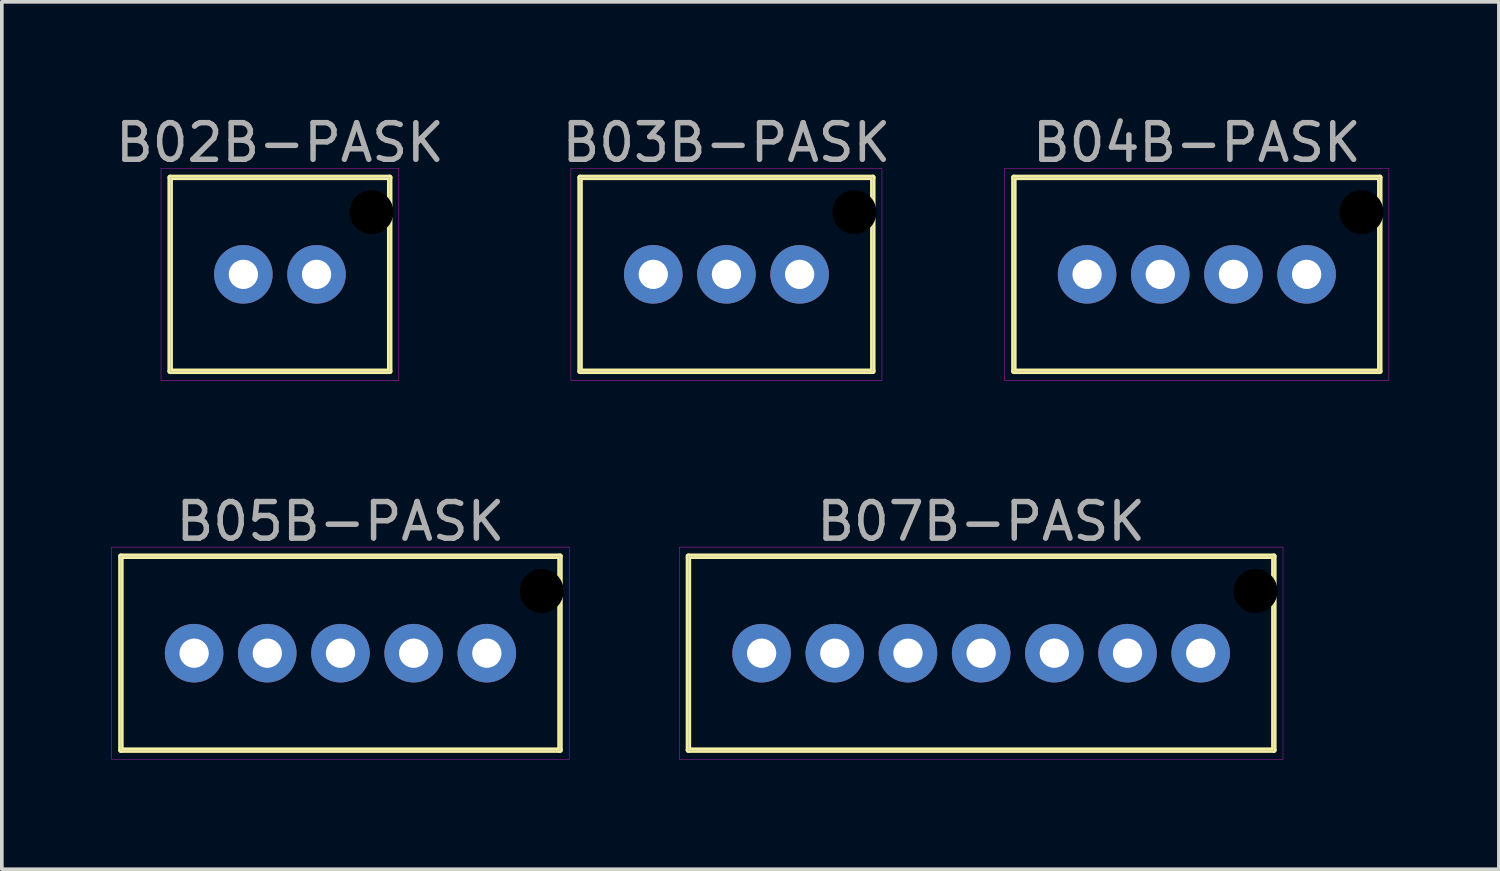
<source format=kicad_pcb>
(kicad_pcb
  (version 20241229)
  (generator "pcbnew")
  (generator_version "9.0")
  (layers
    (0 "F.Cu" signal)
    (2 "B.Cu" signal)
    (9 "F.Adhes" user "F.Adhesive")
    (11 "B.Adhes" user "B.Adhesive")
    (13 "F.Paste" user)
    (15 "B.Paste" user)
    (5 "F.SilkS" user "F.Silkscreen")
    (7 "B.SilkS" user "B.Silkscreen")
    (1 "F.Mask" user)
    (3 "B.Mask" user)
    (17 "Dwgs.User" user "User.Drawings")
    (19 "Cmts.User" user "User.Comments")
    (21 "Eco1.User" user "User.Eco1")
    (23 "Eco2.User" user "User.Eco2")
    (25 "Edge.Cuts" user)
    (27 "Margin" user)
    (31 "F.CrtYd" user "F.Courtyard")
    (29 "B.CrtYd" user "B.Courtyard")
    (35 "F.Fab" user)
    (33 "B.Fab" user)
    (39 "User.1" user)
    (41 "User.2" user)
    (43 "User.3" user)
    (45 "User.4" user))
  (footprint "B04B-PASK"
    (layer "F.Cu")
    (at 29.66 4.448)
    (property "Reference" "B04B-PASK" (at 0 -3.6 0) (layer "F.Fab") (effects (font (size 1 1) (thickness 0.15))))
    (attr through_hole)
    (fp_line (start -5 -2.65) (end 5 -2.65) (stroke (width 0.15) (type solid)) (layer "F.SilkS"))
    (fp_line (start -5 2.65) (end -5 -2.65) (stroke (width 0.15) (type solid)) (layer "F.SilkS"))
    (fp_line (start 5 -2.65) (end 5 2.65) (stroke (width 0.15) (type solid)) (layer "F.SilkS"))
    (fp_line (start 5 2.65) (end -5 2.65) (stroke (width 0.15) (type solid)) (layer "F.SilkS"))
    (fp_line (start -5.25 -2.9) (end 5.25 -2.9) (stroke (width 0.01) (type solid)) (layer "F.CrtYd"))
    (fp_line (start -5.25 2.9) (end -5.25 -2.9) (stroke (width 0.01) (type solid)) (layer "F.CrtYd"))
    (fp_line (start 5.25 -2.9) (end 5.25 2.9) (stroke (width 0.01) (type solid)) (layer "F.CrtYd"))
    (fp_line (start 5.25 2.9) (end -5.25 2.9) (stroke (width 0.01) (type solid)) (layer "F.CrtYd"))
    (fp_line (start -5 -2.65) (end 5 -2.65) (stroke (width 0.01) (type solid)) (layer "F.Fab"))
    (fp_line (start -5 2.65) (end -5 -2.65) (stroke (width 0.01) (type solid)) (layer "F.Fab"))
    (fp_line (start -3.25 -0.25) (end -2.75 -0.25) (stroke (width 0.01) (type solid)) (layer "F.Fab"))
    (fp_line (start -3.25 0.25) (end -3.25 -0.25) (stroke (width 0.01) (type solid)) (layer "F.Fab"))
    (fp_line (start -2.75 -0.25) (end -2.75 0.25) (stroke (width 0.01) (type solid)) (layer "F.Fab"))
    (fp_line (start -2.75 0.25) (end -3.25 0.25) (stroke (width 0.01) (type solid)) (layer "F.Fab"))
    (fp_line (start -1.25 -0.25) (end -0.75 -0.25) (stroke (width 0.01) (type solid)) (layer "F.Fab"))
    (fp_line (start -1.25 0.25) (end -1.25 -0.25) (stroke (width 0.01) (type solid)) (layer "F.Fab"))
    (fp_line (start -0.75 -0.25) (end -0.75 0.25) (stroke (width 0.01) (type solid)) (layer "F.Fab"))
    (fp_line (start -0.75 0.25) (end -1.25 0.25) (stroke (width 0.01) (type solid)) (layer "F.Fab"))
    (fp_line (start 0.75 -0.25) (end 1.25 -0.25) (stroke (width 0.01) (type solid)) (layer "F.Fab"))
    (fp_line (start 0.75 0.25) (end 0.75 -0.25) (stroke (width 0.01) (type solid)) (layer "F.Fab"))
    (fp_line (start 1.25 -0.25) (end 1.25 0.25) (stroke (width 0.01) (type solid)) (layer "F.Fab"))
    (fp_line (start 1.25 0.25) (end 0.75 0.25) (stroke (width 0.01) (type solid)) (layer "F.Fab"))
    (fp_line (start 2.75 -0.25) (end 3.25 -0.25) (stroke (width 0.01) (type solid)) (layer "F.Fab"))
    (fp_line (start 2.75 0.25) (end 2.75 -0.25) (stroke (width 0.01) (type solid)) (layer "F.Fab"))
    (fp_line (start 3.25 -0.25) (end 3.25 0.25) (stroke (width 0.01) (type solid)) (layer "F.Fab"))
    (fp_line (start 3.25 0.25) (end 2.75 0.25) (stroke (width 0.01) (type solid)) (layer "F.Fab"))
    (fp_line (start 4.1 -2.1) (end 4.9 -2.1) (stroke (width 0.01) (type solid)) (layer "F.Fab"))
    (fp_line (start 4.1 -1.3) (end 4.1 -2.1) (stroke (width 0.01) (type solid)) (layer "F.Fab"))
    (fp_line (start 4.9 -2.1) (end 4.9 -1.3) (stroke (width 0.01) (type solid)) (layer "F.Fab"))
    (fp_line (start 4.9 -1.3) (end 4.1 -1.3) (stroke (width 0.01) (type solid)) (layer "F.Fab"))
    (fp_line (start 5 -2.65) (end 5 2.65) (stroke (width 0.01) (type solid)) (layer "F.Fab"))
    (fp_line (start 5 2.65) (end -5 2.65) (stroke (width 0.01) (type solid)) (layer "F.Fab"))
    (pad "" np_thru_hole circle (at 4.5 -1.7) (size 1.2 1.2) (drill 1.2) (layers "*.Mask"))
    (pad "1" thru_hole circle (at 3 0) (size 1.6 1.6) (drill 0.8) (layers "*.Cu" "*.Mask"))
    (pad "2" thru_hole circle (at 1 0) (size 1.6 1.6) (drill 0.8) (layers "*.Cu" "*.Mask"))
    (pad "3" thru_hole circle (at -1 0) (size 1.6 1.6) (drill 0.8) (layers "*.Cu" "*.Mask"))
    (pad "4" thru_hole circle (at -3 0) (size 1.6 1.6) (drill 0.8) (layers "*.Cu" "*.Mask")))
  (footprint "B03B-PASK"
    (layer "F.Cu")
    (at 16.804 4.448)
    (property "Reference" "B03B-PASK" (at 0 -3.6 0) (layer "F.Fab") (effects (font (size 1 1) (thickness 0.15))))
    (attr through_hole)
    (fp_line (start -4 -2.65) (end 4 -2.65) (stroke (width 0.15) (type solid)) (layer "F.SilkS"))
    (fp_line (start -4 2.65) (end -4 -2.65) (stroke (width 0.15) (type solid)) (layer "F.SilkS"))
    (fp_line (start 4 -2.65) (end 4 2.65) (stroke (width 0.15) (type solid)) (layer "F.SilkS"))
    (fp_line (start 4 2.65) (end -4 2.65) (stroke (width 0.15) (type solid)) (layer "F.SilkS"))
    (fp_line (start -4.25 -2.9) (end 4.25 -2.9) (stroke (width 0.01) (type solid)) (layer "F.CrtYd"))
    (fp_line (start -4.25 2.9) (end -4.25 -2.9) (stroke (width 0.01) (type solid)) (layer "F.CrtYd"))
    (fp_line (start 4.25 -2.9) (end 4.25 2.9) (stroke (width 0.01) (type solid)) (layer "F.CrtYd"))
    (fp_line (start 4.25 2.9) (end -4.25 2.9) (stroke (width 0.01) (type solid)) (layer "F.CrtYd"))
    (fp_line (start -4 -2.65) (end 4 -2.65) (stroke (width 0.01) (type solid)) (layer "F.Fab"))
    (fp_line (start -4 2.65) (end -4 -2.65) (stroke (width 0.01) (type solid)) (layer "F.Fab"))
    (fp_line (start -2.25 -0.25) (end -1.75 -0.25) (stroke (width 0.01) (type solid)) (layer "F.Fab"))
    (fp_line (start -2.25 0.25) (end -2.25 -0.25) (stroke (width 0.01) (type solid)) (layer "F.Fab"))
    (fp_line (start -1.75 -0.25) (end -1.75 0.25) (stroke (width 0.01) (type solid)) (layer "F.Fab"))
    (fp_line (start -1.75 0.25) (end -2.25 0.25) (stroke (width 0.01) (type solid)) (layer "F.Fab"))
    (fp_line (start -0.25 -0.25) (end 0.25 -0.25) (stroke (width 0.01) (type solid)) (layer "F.Fab"))
    (fp_line (start -0.25 0.25) (end -0.25 -0.25) (stroke (width 0.01) (type solid)) (layer "F.Fab"))
    (fp_line (start 0.25 -0.25) (end 0.25 0.25) (stroke (width 0.01) (type solid)) (layer "F.Fab"))
    (fp_line (start 0.25 0.25) (end -0.25 0.25) (stroke (width 0.01) (type solid)) (layer "F.Fab"))
    (fp_line (start 1.75 -0.25) (end 2.25 -0.25) (stroke (width 0.01) (type solid)) (layer "F.Fab"))
    (fp_line (start 1.75 0.25) (end 1.75 -0.25) (stroke (width 0.01) (type solid)) (layer "F.Fab"))
    (fp_line (start 2.25 -0.25) (end 2.25 0.25) (stroke (width 0.01) (type solid)) (layer "F.Fab"))
    (fp_line (start 2.25 0.25) (end 1.75 0.25) (stroke (width 0.01) (type solid)) (layer "F.Fab"))
    (fp_line (start 3.1 -2.1) (end 3.9 -2.1) (stroke (width 0.01) (type solid)) (layer "F.Fab"))
    (fp_line (start 3.1 -1.3) (end 3.1 -2.1) (stroke (width 0.01) (type solid)) (layer "F.Fab"))
    (fp_line (start 3.9 -2.1) (end 3.9 -1.3) (stroke (width 0.01) (type solid)) (layer "F.Fab"))
    (fp_line (start 3.9 -1.3) (end 3.1 -1.3) (stroke (width 0.01) (type solid)) (layer "F.Fab"))
    (fp_line (start 4 -2.65) (end 4 2.65) (stroke (width 0.01) (type solid)) (layer "F.Fab"))
    (fp_line (start 4 2.65) (end -4 2.65) (stroke (width 0.01) (type solid)) (layer "F.Fab"))
    (pad "" np_thru_hole circle (at 3.5 -1.7) (size 1.2 1.2) (drill 1.2) (layers "*.Mask"))
    (pad "1" thru_hole circle (at 2 0) (size 1.6 1.6) (drill 0.8) (layers "*.Cu" "*.Mask"))
    (pad "2" thru_hole circle (at 0 0) (size 1.6 1.6) (drill 0.8) (layers "*.Cu" "*.Mask"))
    (pad "3" thru_hole circle (at -2 0) (size 1.6 1.6) (drill 0.8) (layers "*.Cu" "*.Mask")))
  (footprint "B05B-PASK"
    (layer "F.Cu")
    (at 6.255 14.802)
    (property "Reference" "B05B-PASK" (at 0 -3.6 0) (layer "F.Fab") (effects (font (size 1 1) (thickness 0.15))))
    (attr through_hole)
    (fp_line (start -6 -2.65) (end 6 -2.65) (stroke (width 0.15) (type solid)) (layer "F.SilkS"))
    (fp_line (start -6 2.65) (end -6 -2.65) (stroke (width 0.15) (type solid)) (layer "F.SilkS"))
    (fp_line (start 6 -2.65) (end 6 2.65) (stroke (width 0.15) (type solid)) (layer "F.SilkS"))
    (fp_line (start 6 2.65) (end -6 2.65) (stroke (width 0.15) (type solid)) (layer "F.SilkS"))
    (fp_line (start -6.25 -2.9) (end 6.25 -2.9) (stroke (width 0.01) (type solid)) (layer "F.CrtYd"))
    (fp_line (start -6.25 2.9) (end -6.25 -2.9) (stroke (width 0.01) (type solid)) (layer "F.CrtYd"))
    (fp_line (start 6.25 -2.9) (end 6.25 2.9) (stroke (width 0.01) (type solid)) (layer "F.CrtYd"))
    (fp_line (start 6.25 2.9) (end -6.25 2.9) (stroke (width 0.01) (type solid)) (layer "F.CrtYd"))
    (fp_line (start -6 -2.65) (end 6 -2.65) (stroke (width 0.01) (type solid)) (layer "F.Fab"))
    (fp_line (start -6 2.65) (end -6 -2.65) (stroke (width 0.01) (type solid)) (layer "F.Fab"))
    (fp_line (start -4.25 -0.25) (end -3.75 -0.25) (stroke (width 0.01) (type solid)) (layer "F.Fab"))
    (fp_line (start -4.25 0.25) (end -4.25 -0.25) (stroke (width 0.01) (type solid)) (layer "F.Fab"))
    (fp_line (start -3.75 -0.25) (end -3.75 0.25) (stroke (width 0.01) (type solid)) (layer "F.Fab"))
    (fp_line (start -3.75 0.25) (end -4.25 0.25) (stroke (width 0.01) (type solid)) (layer "F.Fab"))
    (fp_line (start -2.25 -0.25) (end -1.75 -0.25) (stroke (width 0.01) (type solid)) (layer "F.Fab"))
    (fp_line (start -2.25 0.25) (end -2.25 -0.25) (stroke (width 0.01) (type solid)) (layer "F.Fab"))
    (fp_line (start -1.75 -0.25) (end -1.75 0.25) (stroke (width 0.01) (type solid)) (layer "F.Fab"))
    (fp_line (start -1.75 0.25) (end -2.25 0.25) (stroke (width 0.01) (type solid)) (layer "F.Fab"))
    (fp_line (start -0.25 -0.25) (end 0.25 -0.25) (stroke (width 0.01) (type solid)) (layer "F.Fab"))
    (fp_line (start -0.25 0.25) (end -0.25 -0.25) (stroke (width 0.01) (type solid)) (layer "F.Fab"))
    (fp_line (start 0.25 -0.25) (end 0.25 0.25) (stroke (width 0.01) (type solid)) (layer "F.Fab"))
    (fp_line (start 0.25 0.25) (end -0.25 0.25) (stroke (width 0.01) (type solid)) (layer "F.Fab"))
    (fp_line (start 1.75 -0.25) (end 2.25 -0.25) (stroke (width 0.01) (type solid)) (layer "F.Fab"))
    (fp_line (start 1.75 0.25) (end 1.75 -0.25) (stroke (width 0.01) (type solid)) (layer "F.Fab"))
    (fp_line (start 2.25 -0.25) (end 2.25 0.25) (stroke (width 0.01) (type solid)) (layer "F.Fab"))
    (fp_line (start 2.25 0.25) (end 1.75 0.25) (stroke (width 0.01) (type solid)) (layer "F.Fab"))
    (fp_line (start 3.75 -0.25) (end 4.25 -0.25) (stroke (width 0.01) (type solid)) (layer "F.Fab"))
    (fp_line (start 3.75 0.25) (end 3.75 -0.25) (stroke (width 0.01) (type solid)) (layer "F.Fab"))
    (fp_line (start 4.25 -0.25) (end 4.25 0.25) (stroke (width 0.01) (type solid)) (layer "F.Fab"))
    (fp_line (start 4.25 0.25) (end 3.75 0.25) (stroke (width 0.01) (type solid)) (layer "F.Fab"))
    (fp_line (start 5.1 -2.1) (end 5.9 -2.1) (stroke (width 0.01) (type solid)) (layer "F.Fab"))
    (fp_line (start 5.1 -1.3) (end 5.1 -2.1) (stroke (width 0.01) (type solid)) (layer "F.Fab"))
    (fp_line (start 5.9 -2.1) (end 5.9 -1.3) (stroke (width 0.01) (type solid)) (layer "F.Fab"))
    (fp_line (start 5.9 -1.3) (end 5.1 -1.3) (stroke (width 0.01) (type solid)) (layer "F.Fab"))
    (fp_line (start 6 -2.65) (end 6 2.65) (stroke (width 0.01) (type solid)) (layer "F.Fab"))
    (fp_line (start 6 2.65) (end -6 2.65) (stroke (width 0.01) (type solid)) (layer "F.Fab"))
    (pad "" np_thru_hole circle (at 5.5 -1.7) (size 1.2 1.2) (drill 1.2) (layers "*.Mask"))
    (pad "1" thru_hole circle (at 4 0) (size 1.6 1.6) (drill 0.8) (layers "*.Cu" "*.Mask"))
    (pad "2" thru_hole circle (at 2 0) (size 1.6 1.6) (drill 0.8) (layers "*.Cu" "*.Mask"))
    (pad "3" thru_hole circle (at 0 0) (size 1.6 1.6) (drill 0.8) (layers "*.Cu" "*.Mask"))
    (pad "4" thru_hole circle (at -2 0) (size 1.6 1.6) (drill 0.8) (layers "*.Cu" "*.Mask"))
    (pad "5" thru_hole circle (at -4 0) (size 1.6 1.6) (drill 0.8) (layers "*.Cu" "*.Mask")))
  (footprint "B02B-PASK"
    (layer "F.Cu")
    (at 4.601 4.448)
    (property "Reference" "B02B-PASK" (at 0 -3.6 0) (layer "F.Fab") (effects (font (size 1 1) (thickness 0.15))))
    (attr through_hole)
    (fp_line (start -3 -2.65) (end 3 -2.65) (stroke (width 0.15) (type solid)) (layer "F.SilkS"))
    (fp_line (start -3 2.65) (end -3 -2.65) (stroke (width 0.15) (type solid)) (layer "F.SilkS"))
    (fp_line (start 3 -2.65) (end 3 2.65) (stroke (width 0.15) (type solid)) (layer "F.SilkS"))
    (fp_line (start 3 2.65) (end -3 2.65) (stroke (width 0.15) (type solid)) (layer "F.SilkS"))
    (fp_line (start -3.25 -2.9) (end 3.25 -2.9) (stroke (width 0.01) (type solid)) (layer "F.CrtYd"))
    (fp_line (start -3.25 2.9) (end -3.25 -2.9) (stroke (width 0.01) (type solid)) (layer "F.CrtYd"))
    (fp_line (start 3.25 -2.9) (end 3.25 2.9) (stroke (width 0.01) (type solid)) (layer "F.CrtYd"))
    (fp_line (start 3.25 2.9) (end -3.25 2.9) (stroke (width 0.01) (type solid)) (layer "F.CrtYd"))
    (fp_line (start -3 -2.65) (end 3 -2.65) (stroke (width 0.01) (type solid)) (layer "F.Fab"))
    (fp_line (start -3 2.65) (end -3 -2.65) (stroke (width 0.01) (type solid)) (layer "F.Fab"))
    (fp_line (start -1.25 -0.25) (end -0.75 -0.25) (stroke (width 0.01) (type solid)) (layer "F.Fab"))
    (fp_line (start -1.25 0.25) (end -1.25 -0.25) (stroke (width 0.01) (type solid)) (layer "F.Fab"))
    (fp_line (start -0.75 -0.25) (end -0.75 0.25) (stroke (width 0.01) (type solid)) (layer "F.Fab"))
    (fp_line (start -0.75 0.25) (end -1.25 0.25) (stroke (width 0.01) (type solid)) (layer "F.Fab"))
    (fp_line (start 0.75 -0.25) (end 1.25 -0.25) (stroke (width 0.01) (type solid)) (layer "F.Fab"))
    (fp_line (start 0.75 0.25) (end 0.75 -0.25) (stroke (width 0.01) (type solid)) (layer "F.Fab"))
    (fp_line (start 1.25 -0.25) (end 1.25 0.25) (stroke (width 0.01) (type solid)) (layer "F.Fab"))
    (fp_line (start 1.25 0.25) (end 0.75 0.25) (stroke (width 0.01) (type solid)) (layer "F.Fab"))
    (fp_line (start 2.1 -2.1) (end 2.9 -2.1) (stroke (width 0.01) (type solid)) (layer "F.Fab"))
    (fp_line (start 2.1 -1.3) (end 2.1 -2.1) (stroke (width 0.01) (type solid)) (layer "F.Fab"))
    (fp_line (start 2.9 -2.1) (end 2.9 -1.3) (stroke (width 0.01) (type solid)) (layer "F.Fab"))
    (fp_line (start 2.9 -1.3) (end 2.1 -1.3) (stroke (width 0.01) (type solid)) (layer "F.Fab"))
    (fp_line (start 3 -2.65) (end 3 2.65) (stroke (width 0.01) (type solid)) (layer "F.Fab"))
    (fp_line (start 3 2.65) (end -3 2.65) (stroke (width 0.01) (type solid)) (layer "F.Fab"))
    (pad "" np_thru_hole circle (at 2.5 -1.7) (size 1.2 1.2) (drill 1.2) (layers "*.Mask"))
    (pad "1" thru_hole circle (at 1 0) (size 1.6 1.6) (drill 0.8) (layers "*.Cu" "*.Mask"))
    (pad "2" thru_hole circle (at -1 0) (size 1.6 1.6) (drill 0.8) (layers "*.Cu" "*.Mask")))
  (footprint "B07B-PASK"
    (layer "F.Cu")
    (at 23.765 14.802)
    (property "Reference" "B07B-PASK" (at 0 -3.6 0) (layer "F.Fab") (effects (font (size 1 1) (thickness 0.15))))
    (attr through_hole)
    (fp_line (start -8 -2.65) (end 8 -2.65) (stroke (width 0.15) (type solid)) (layer "F.SilkS"))
    (fp_line (start -8 2.65) (end -8 -2.65) (stroke (width 0.15) (type solid)) (layer "F.SilkS"))
    (fp_line (start 8 -2.65) (end 8 2.65) (stroke (width 0.15) (type solid)) (layer "F.SilkS"))
    (fp_line (start 8 2.65) (end -8 2.65) (stroke (width 0.15) (type solid)) (layer "F.SilkS"))
    (fp_line (start -8.25 -2.9) (end 8.25 -2.9) (stroke (width 0.01) (type solid)) (layer "F.CrtYd"))
    (fp_line (start -8.25 2.9) (end -8.25 -2.9) (stroke (width 0.01) (type solid)) (layer "F.CrtYd"))
    (fp_line (start 8.25 -2.9) (end 8.25 2.9) (stroke (width 0.01) (type solid)) (layer "F.CrtYd"))
    (fp_line (start 8.25 2.9) (end -8.25 2.9) (stroke (width 0.01) (type solid)) (layer "F.CrtYd"))
    (fp_line (start -8 -2.65) (end 8 -2.65) (stroke (width 0.01) (type solid)) (layer "F.Fab"))
    (fp_line (start -8 2.65) (end -8 -2.65) (stroke (width 0.01) (type solid)) (layer "F.Fab"))
    (fp_line (start -6.25 -0.25) (end -5.75 -0.25) (stroke (width 0.01) (type solid)) (layer "F.Fab"))
    (fp_line (start -6.25 0.25) (end -6.25 -0.25) (stroke (width 0.01) (type solid)) (layer "F.Fab"))
    (fp_line (start -5.75 -0.25) (end -5.75 0.25) (stroke (width 0.01) (type solid)) (layer "F.Fab"))
    (fp_line (start -5.75 0.25) (end -6.25 0.25) (stroke (width 0.01) (type solid)) (layer "F.Fab"))
    (fp_line (start -4.25 -0.25) (end -3.75 -0.25) (stroke (width 0.01) (type solid)) (layer "F.Fab"))
    (fp_line (start -4.25 0.25) (end -4.25 -0.25) (stroke (width 0.01) (type solid)) (layer "F.Fab"))
    (fp_line (start -3.75 -0.25) (end -3.75 0.25) (stroke (width 0.01) (type solid)) (layer "F.Fab"))
    (fp_line (start -3.75 0.25) (end -4.25 0.25) (stroke (width 0.01) (type solid)) (layer "F.Fab"))
    (fp_line (start -2.25 -0.25) (end -1.75 -0.25) (stroke (width 0.01) (type solid)) (layer "F.Fab"))
    (fp_line (start -2.25 0.25) (end -2.25 -0.25) (stroke (width 0.01) (type solid)) (layer "F.Fab"))
    (fp_line (start -1.75 -0.25) (end -1.75 0.25) (stroke (width 0.01) (type solid)) (layer "F.Fab"))
    (fp_line (start -1.75 0.25) (end -2.25 0.25) (stroke (width 0.01) (type solid)) (layer "F.Fab"))
    (fp_line (start -0.25 -0.25) (end 0.25 -0.25) (stroke (width 0.01) (type solid)) (layer "F.Fab"))
    (fp_line (start -0.25 0.25) (end -0.25 -0.25) (stroke (width 0.01) (type solid)) (layer "F.Fab"))
    (fp_line (start 0.25 -0.25) (end 0.25 0.25) (stroke (width 0.01) (type solid)) (layer "F.Fab"))
    (fp_line (start 0.25 0.25) (end -0.25 0.25) (stroke (width 0.01) (type solid)) (layer "F.Fab"))
    (fp_line (start 1.75 -0.25) (end 2.25 -0.25) (stroke (width 0.01) (type solid)) (layer "F.Fab"))
    (fp_line (start 1.75 0.25) (end 1.75 -0.25) (stroke (width 0.01) (type solid)) (layer "F.Fab"))
    (fp_line (start 2.25 -0.25) (end 2.25 0.25) (stroke (width 0.01) (type solid)) (layer "F.Fab"))
    (fp_line (start 2.25 0.25) (end 1.75 0.25) (stroke (width 0.01) (type solid)) (layer "F.Fab"))
    (fp_line (start 3.75 -0.25) (end 4.25 -0.25) (stroke (width 0.01) (type solid)) (layer "F.Fab"))
    (fp_line (start 3.75 0.25) (end 3.75 -0.25) (stroke (width 0.01) (type solid)) (layer "F.Fab"))
    (fp_line (start 4.25 -0.25) (end 4.25 0.25) (stroke (width 0.01) (type solid)) (layer "F.Fab"))
    (fp_line (start 4.25 0.25) (end 3.75 0.25) (stroke (width 0.01) (type solid)) (layer "F.Fab"))
    (fp_line (start 5.75 -0.25) (end 6.25 -0.25) (stroke (width 0.01) (type solid)) (layer "F.Fab"))
    (fp_line (start 5.75 0.25) (end 5.75 -0.25) (stroke (width 0.01) (type solid)) (layer "F.Fab"))
    (fp_line (start 6.25 -0.25) (end 6.25 0.25) (stroke (width 0.01) (type solid)) (layer "F.Fab"))
    (fp_line (start 6.25 0.25) (end 5.75 0.25) (stroke (width 0.01) (type solid)) (layer "F.Fab"))
    (fp_line (start 7.1 -2.1) (end 7.9 -2.1) (stroke (width 0.01) (type solid)) (layer "F.Fab"))
    (fp_line (start 7.1 -1.3) (end 7.1 -2.1) (stroke (width 0.01) (type solid)) (layer "F.Fab"))
    (fp_line (start 7.9 -2.1) (end 7.9 -1.3) (stroke (width 0.01) (type solid)) (layer "F.Fab"))
    (fp_line (start 7.9 -1.3) (end 7.1 -1.3) (stroke (width 0.01) (type solid)) (layer "F.Fab"))
    (fp_line (start 8 -2.65) (end 8 2.65) (stroke (width 0.01) (type solid)) (layer "F.Fab"))
    (fp_line (start 8 2.65) (end -8 2.65) (stroke (width 0.01) (type solid)) (layer "F.Fab"))
    (pad "" np_thru_hole circle (at 7.5 -1.7) (size 1.2 1.2) (drill 1.2) (layers "*.Mask"))
    (pad "1" thru_hole circle (at 6 0) (size 1.6 1.6) (drill 0.8) (layers "*.Cu" "*.Mask"))
    (pad "2" thru_hole circle (at 4 0) (size 1.6 1.6) (drill 0.8) (layers "*.Cu" "*.Mask"))
    (pad "3" thru_hole circle (at 2 0) (size 1.6 1.6) (drill 0.8) (layers "*.Cu" "*.Mask"))
    (pad "4" thru_hole circle (at 0 0) (size 1.6 1.6) (drill 0.8) (layers "*.Cu" "*.Mask"))
    (pad "5" thru_hole circle (at -2 0) (size 1.6 1.6) (drill 0.8) (layers "*.Cu" "*.Mask"))
    (pad "6" thru_hole circle (at -4 0) (size 1.6 1.6) (drill 0.8) (layers "*.Cu" "*.Mask"))
    (pad "7" thru_hole circle (at -6 0) (size 1.6 1.6) (drill 0.8) (layers "*.Cu" "*.Mask")))
  (gr_rect
    (start -3 -3)
    (end 37.915 20.706)
    (stroke (width 0.1) (type default))
    (fill no)
    (layer "Edge.Cuts")))
</source>
